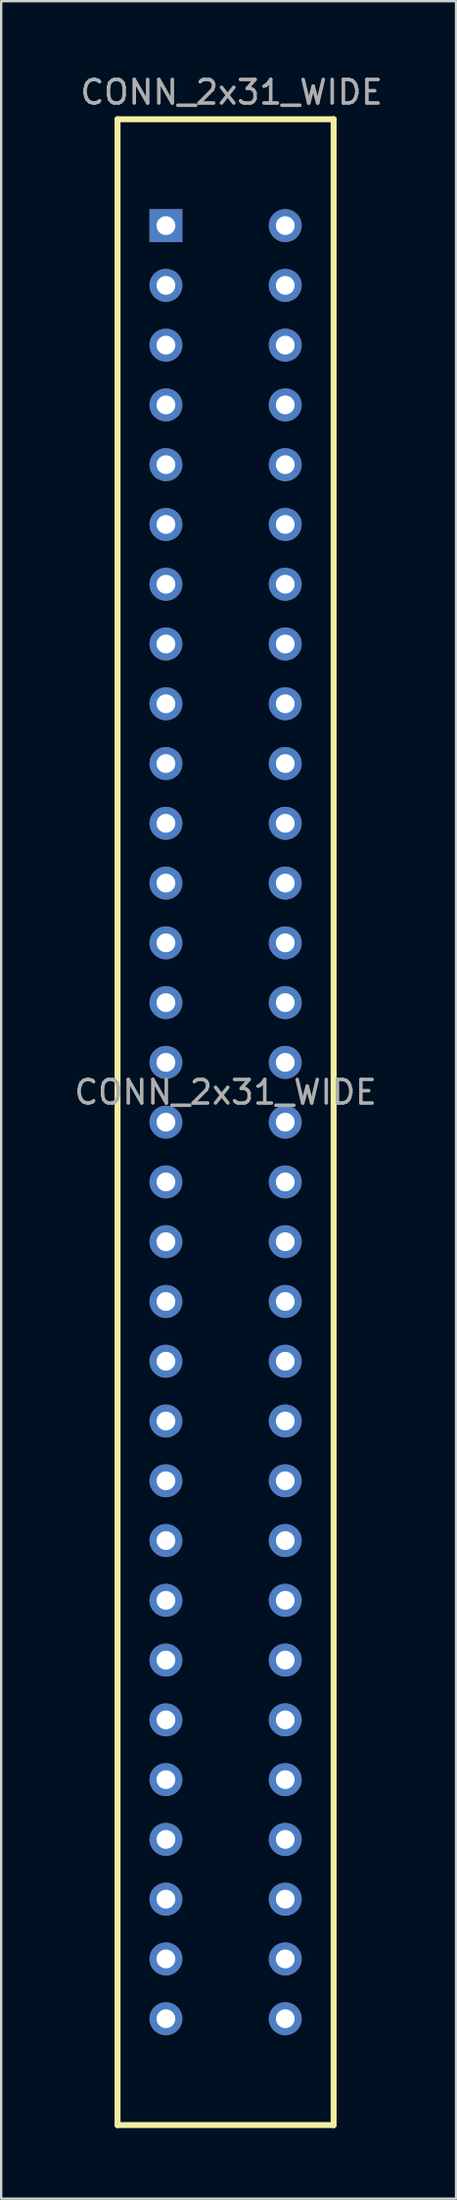
<source format=kicad_pcb>
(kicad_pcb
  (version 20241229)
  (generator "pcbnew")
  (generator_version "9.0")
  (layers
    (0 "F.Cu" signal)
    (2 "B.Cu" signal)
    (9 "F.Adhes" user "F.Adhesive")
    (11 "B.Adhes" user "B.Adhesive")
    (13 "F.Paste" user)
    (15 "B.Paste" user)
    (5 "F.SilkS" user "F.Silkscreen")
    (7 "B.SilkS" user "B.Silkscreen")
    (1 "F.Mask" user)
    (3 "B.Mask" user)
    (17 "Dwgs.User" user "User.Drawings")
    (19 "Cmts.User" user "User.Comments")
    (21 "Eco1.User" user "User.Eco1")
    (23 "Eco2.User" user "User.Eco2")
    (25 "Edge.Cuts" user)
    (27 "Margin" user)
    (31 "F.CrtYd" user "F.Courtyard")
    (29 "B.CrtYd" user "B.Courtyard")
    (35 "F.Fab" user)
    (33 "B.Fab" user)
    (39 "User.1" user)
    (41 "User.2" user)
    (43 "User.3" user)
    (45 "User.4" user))
  (footprint "CONN_2x31_WIDE"
    (layer "F.Cu")
    (at 4.014 6.537)
    (property "Reference" "CONN_2x31_WIDE" (at 2.794 -5.08 0) (unlocked yes) (layer "F.Fab") (effects (font (size 1 1) (thickness 0.152)) (justify bottom)))
    (attr through_hole)
    (fp_line (start -2.06 80.72) (end -2.06 -4.52) (stroke (width 0.254) (type solid)) (layer "F.SilkS"))
    (fp_line (start 7.14 -4.52) (end -2.06 -4.52) (stroke (width 0.254) (type solid)) (layer "F.SilkS"))
    (fp_line (start 7.14 80.72) (end -2.06 80.72) (stroke (width 0.254) (type solid)) (layer "F.SilkS"))
    (fp_line (start 7.14 80.72) (end 7.14 -4.52) (stroke (width 0.254) (type solid)) (layer "F.SilkS"))
    (fp_text user "${REFERENCE}" (at 2.54 36.83 0) (layer "F.Fab") (effects (font (size 1 1) (thickness 0.15))))
    (pad "a1" thru_hole rect (at 0 0) (size 1.4 1.4) (drill 0.8) (layers "*.Cu" "*.Mask"))
    (pad "a2" thru_hole circle (at 0 2.54) (size 1.4 1.4) (drill 0.8) (layers "*.Cu" "*.Mask"))
    (pad "a3" thru_hole circle (at 0 5.08) (size 1.4 1.4) (drill 0.8) (layers "*.Cu" "*.Mask"))
    (pad "a4" thru_hole circle (at 0 7.62) (size 1.4 1.4) (drill 0.8) (layers "*.Cu" "*.Mask"))
    (pad "a5" thru_hole circle (at 0 10.16) (size 1.4 1.4) (drill 0.8) (layers "*.Cu" "*.Mask"))
    (pad "a6" thru_hole circle (at 0 12.7) (size 1.4 1.4) (drill 0.8) (layers "*.Cu" "*.Mask"))
    (pad "a7" thru_hole circle (at 0 15.24) (size 1.4 1.4) (drill 0.8) (layers "*.Cu" "*.Mask"))
    (pad "a8" thru_hole circle (at 0 17.78) (size 1.4 1.4) (drill 0.8) (layers "*.Cu" "*.Mask"))
    (pad "a9" thru_hole circle (at 0 20.32) (size 1.4 1.4) (drill 0.8) (layers "*.Cu" "*.Mask"))
    (pad "a10" thru_hole circle (at 0 22.86) (size 1.4 1.4) (drill 0.8) (layers "*.Cu" "*.Mask"))
    (pad "a11" thru_hole circle (at 0 25.4) (size 1.4 1.4) (drill 0.8) (layers "*.Cu" "*.Mask"))
    (pad "a12" thru_hole circle (at 0 27.94) (size 1.4 1.4) (drill 0.8) (layers "*.Cu" "*.Mask"))
    (pad "a13" thru_hole circle (at 0 30.48) (size 1.4 1.4) (drill 0.8) (layers "*.Cu" "*.Mask"))
    (pad "a14" thru_hole circle (at 0 33.02) (size 1.4 1.4) (drill 0.8) (layers "*.Cu" "*.Mask"))
    (pad "a15" thru_hole circle (at 0 35.56) (size 1.4 1.4) (drill 0.8) (layers "*.Cu" "*.Mask"))
    (pad "a16" thru_hole circle (at 0 38.1) (size 1.4 1.4) (drill 0.8) (layers "*.Cu" "*.Mask"))
    (pad "a17" thru_hole circle (at 0 40.64) (size 1.4 1.4) (drill 0.8) (layers "*.Cu" "*.Mask"))
    (pad "a18" thru_hole circle (at 0 43.18) (size 1.4 1.4) (drill 0.8) (layers "*.Cu" "*.Mask"))
    (pad "a19" thru_hole circle (at 0 45.72) (size 1.4 1.4) (drill 0.8) (layers "*.Cu" "*.Mask"))
    (pad "a20" thru_hole circle (at 0 48.26) (size 1.4 1.4) (drill 0.8) (layers "*.Cu" "*.Mask"))
    (pad "a21" thru_hole circle (at 0 50.8) (size 1.4 1.4) (drill 0.8) (layers "*.Cu" "*.Mask"))
    (pad "a22" thru_hole circle (at 0 53.34) (size 1.4 1.4) (drill 0.8) (layers "*.Cu" "*.Mask"))
    (pad "a23" thru_hole circle (at 0 55.88) (size 1.4 1.4) (drill 0.8) (layers "*.Cu" "*.Mask"))
    (pad "a24" thru_hole circle (at 0 58.42) (size 1.4 1.4) (drill 0.8) (layers "*.Cu" "*.Mask"))
    (pad "a25" thru_hole circle (at 0 60.96) (size 1.4 1.4) (drill 0.8) (layers "*.Cu" "*.Mask"))
    (pad "a26" thru_hole circle (at 0 63.5) (size 1.4 1.4) (drill 0.8) (layers "*.Cu" "*.Mask"))
    (pad "a27" thru_hole circle (at 0 66.04) (size 1.4 1.4) (drill 0.8) (layers "*.Cu" "*.Mask"))
    (pad "a28" thru_hole circle (at 0 68.58) (size 1.4 1.4) (drill 0.8) (layers "*.Cu" "*.Mask"))
    (pad "a29" thru_hole circle (at 0 71.12) (size 1.4 1.4) (drill 0.8) (layers "*.Cu" "*.Mask"))
    (pad "a30" thru_hole circle (at 0 73.66) (size 1.4 1.4) (drill 0.8) (layers "*.Cu" "*.Mask"))
    (pad "a31" thru_hole circle (at 0 76.2) (size 1.4 1.4) (drill 0.8) (layers "*.Cu" "*.Mask"))
    (pad "b1" thru_hole circle (at 5.08 0) (size 1.4 1.4) (drill 0.8) (layers "*.Cu" "*.Mask"))
    (pad "b2" thru_hole circle (at 5.08 2.54) (size 1.4 1.4) (drill 0.8) (layers "*.Cu" "*.Mask"))
    (pad "b3" thru_hole circle (at 5.08 5.08) (size 1.4 1.4) (drill 0.8) (layers "*.Cu" "*.Mask"))
    (pad "b4" thru_hole circle (at 5.08 7.62) (size 1.4 1.4) (drill 0.8) (layers "*.Cu" "*.Mask"))
    (pad "b5" thru_hole circle (at 5.08 10.16) (size 1.4 1.4) (drill 0.8) (layers "*.Cu" "*.Mask"))
    (pad "b6" thru_hole circle (at 5.08 12.7) (size 1.4 1.4) (drill 0.8) (layers "*.Cu" "*.Mask"))
    (pad "b7" thru_hole circle (at 5.08 15.24) (size 1.4 1.4) (drill 0.8) (layers "*.Cu" "*.Mask"))
    (pad "b8" thru_hole circle (at 5.08 17.78) (size 1.4 1.4) (drill 0.8) (layers "*.Cu" "*.Mask"))
    (pad "b9" thru_hole circle (at 5.08 20.32) (size 1.4 1.4) (drill 0.8) (layers "*.Cu" "*.Mask"))
    (pad "b10" thru_hole circle (at 5.08 22.86) (size 1.4 1.4) (drill 0.8) (layers "*.Cu" "*.Mask"))
    (pad "b11" thru_hole circle (at 5.08 25.4) (size 1.4 1.4) (drill 0.8) (layers "*.Cu" "*.Mask"))
    (pad "b12" thru_hole circle (at 5.08 27.94) (size 1.4 1.4) (drill 0.8) (layers "*.Cu" "*.Mask"))
    (pad "b13" thru_hole circle (at 5.08 30.48) (size 1.4 1.4) (drill 0.8) (layers "*.Cu" "*.Mask"))
    (pad "b14" thru_hole circle (at 5.08 33.02) (size 1.4 1.4) (drill 0.8) (layers "*.Cu" "*.Mask"))
    (pad "b15" thru_hole circle (at 5.08 35.56) (size 1.4 1.4) (drill 0.8) (layers "*.Cu" "*.Mask"))
    (pad "b16" thru_hole circle (at 5.08 38.1) (size 1.4 1.4) (drill 0.8) (layers "*.Cu" "*.Mask"))
    (pad "b17" thru_hole circle (at 5.08 40.64) (size 1.4 1.4) (drill 0.8) (layers "*.Cu" "*.Mask"))
    (pad "b18" thru_hole circle (at 5.08 43.18) (size 1.4 1.4) (drill 0.8) (layers "*.Cu" "*.Mask"))
    (pad "b19" thru_hole circle (at 5.08 45.72) (size 1.4 1.4) (drill 0.8) (layers "*.Cu" "*.Mask"))
    (pad "b20" thru_hole circle (at 5.08 48.26) (size 1.4 1.4) (drill 0.8) (layers "*.Cu" "*.Mask"))
    (pad "b21" thru_hole circle (at 5.08 50.8) (size 1.4 1.4) (drill 0.8) (layers "*.Cu" "*.Mask"))
    (pad "b22" thru_hole circle (at 5.08 53.34) (size 1.4 1.4) (drill 0.8) (layers "*.Cu" "*.Mask"))
    (pad "b23" thru_hole circle (at 5.08 55.88) (size 1.4 1.4) (drill 0.8) (layers "*.Cu" "*.Mask"))
    (pad "b24" thru_hole circle (at 5.08 58.42) (size 1.4 1.4) (drill 0.8) (layers "*.Cu" "*.Mask"))
    (pad "b25" thru_hole circle (at 5.08 60.96) (size 1.4 1.4) (drill 0.8) (layers "*.Cu" "*.Mask"))
    (pad "b26" thru_hole circle (at 5.08 63.5) (size 1.4 1.4) (drill 0.8) (layers "*.Cu" "*.Mask"))
    (pad "b27" thru_hole circle (at 5.08 66.04) (size 1.4 1.4) (drill 0.8) (layers "*.Cu" "*.Mask"))
    (pad "b28" thru_hole circle (at 5.08 68.58) (size 1.4 1.4) (drill 0.8) (layers "*.Cu" "*.Mask"))
    (pad "b29" thru_hole circle (at 5.08 71.12) (size 1.4 1.4) (drill 0.8) (layers "*.Cu" "*.Mask"))
    (pad "b30" thru_hole circle (at 5.08 73.66) (size 1.4 1.4) (drill 0.8) (layers "*.Cu" "*.Mask"))
    (pad "b31" thru_hole circle (at 5.08 76.2) (size 1.4 1.4) (drill 0.8) (layers "*.Cu" "*.Mask")))
  (gr_rect
    (start -3 -3)
    (end 16.365 90.384)
    (stroke (width 0.1) (type default))
    (fill no)
    (layer "Edge.Cuts")))
</source>
